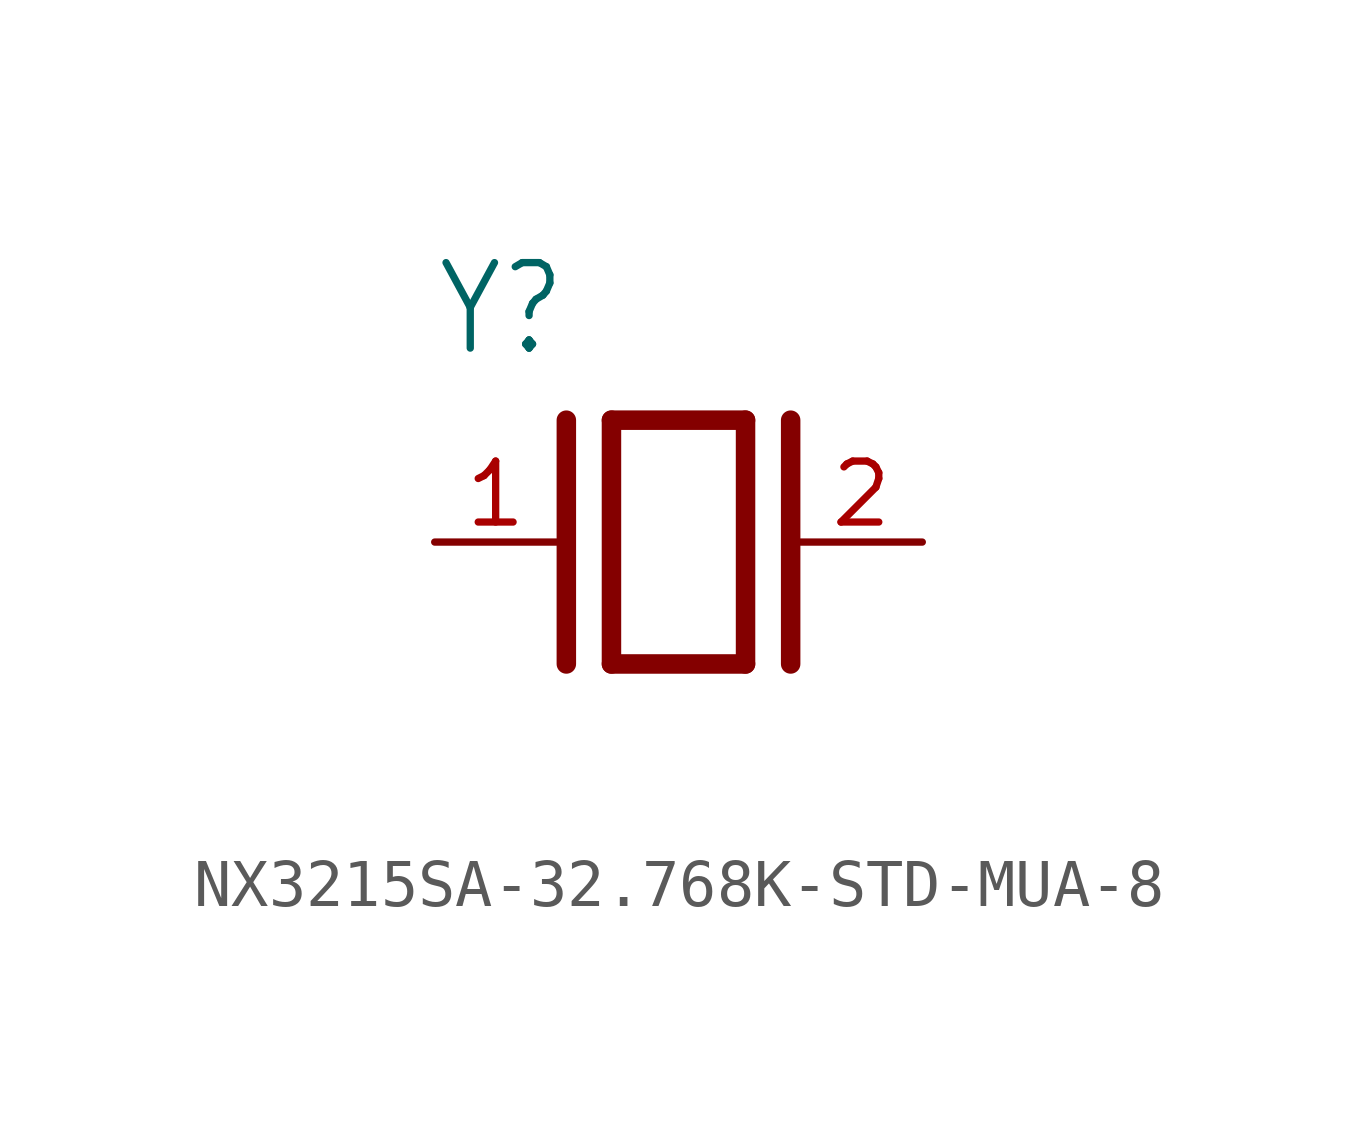
<source format=kicad_sym>
(kicad_symbol_lib
  (version 20231120)
  (generator "kicad_symbol_editor")
  (generator_version "8.0")
  (symbol "NX3215SA-32.768K-STD-MUA-8"
    (property "Reference" "Y"
      (at -5.088 3.816 0)
      (effects (font (size 1.781 1.514)) (justify left bottom)))
    (property "Value" ""
      (at -5.094 -5.094 0)
      (effects (font (size 1.783 1.516)) (justify left bottom)))
    (property "ki_locked" ""
      (at 0 0 0)
      (effects (font (size 1.27 1.27))))
    (symbol "NX3215SA-32.768K-STD-MUA-8_1_0"
      (polyline (pts (xy -2.337 2.54) (xy -2.337 -2.54)) (stroke (width 0.406) (type solid)) (fill (type none)))
      (polyline (pts (xy -1.397 2.54) (xy -1.397 -2.54)) (stroke (width 0.406) (type solid)) (fill (type none)))
      (polyline (pts (xy -1.397 2.54) (xy 1.397 2.54)) (stroke (width 0.406) (type solid)) (fill (type none)))
      (polyline (pts (xy 1.397 -2.54) (xy -1.397 -2.54)) (stroke (width 0.406) (type solid)) (fill (type none)))
      (polyline (pts (xy 1.397 2.54) (xy 1.397 -2.54)) (stroke (width 0.406) (type solid)) (fill (type none)))
      (polyline (pts (xy 2.337 2.54) (xy 2.337 -2.54)) (stroke (width 0.406) (type solid)) (fill (type none)))
      (pin passive line (at -5.08 0 0) (length 2.54) (name "1" (effects (font (size 0 0)))) (number "1" (effects (font (size 1.27 1.27)))))
      (pin passive line (at 5.08 0 180) (length 2.54) (name "2" (effects (font (size 0 0)))) (number "2" (effects (font (size 1.27 1.27))))))))
</source>
